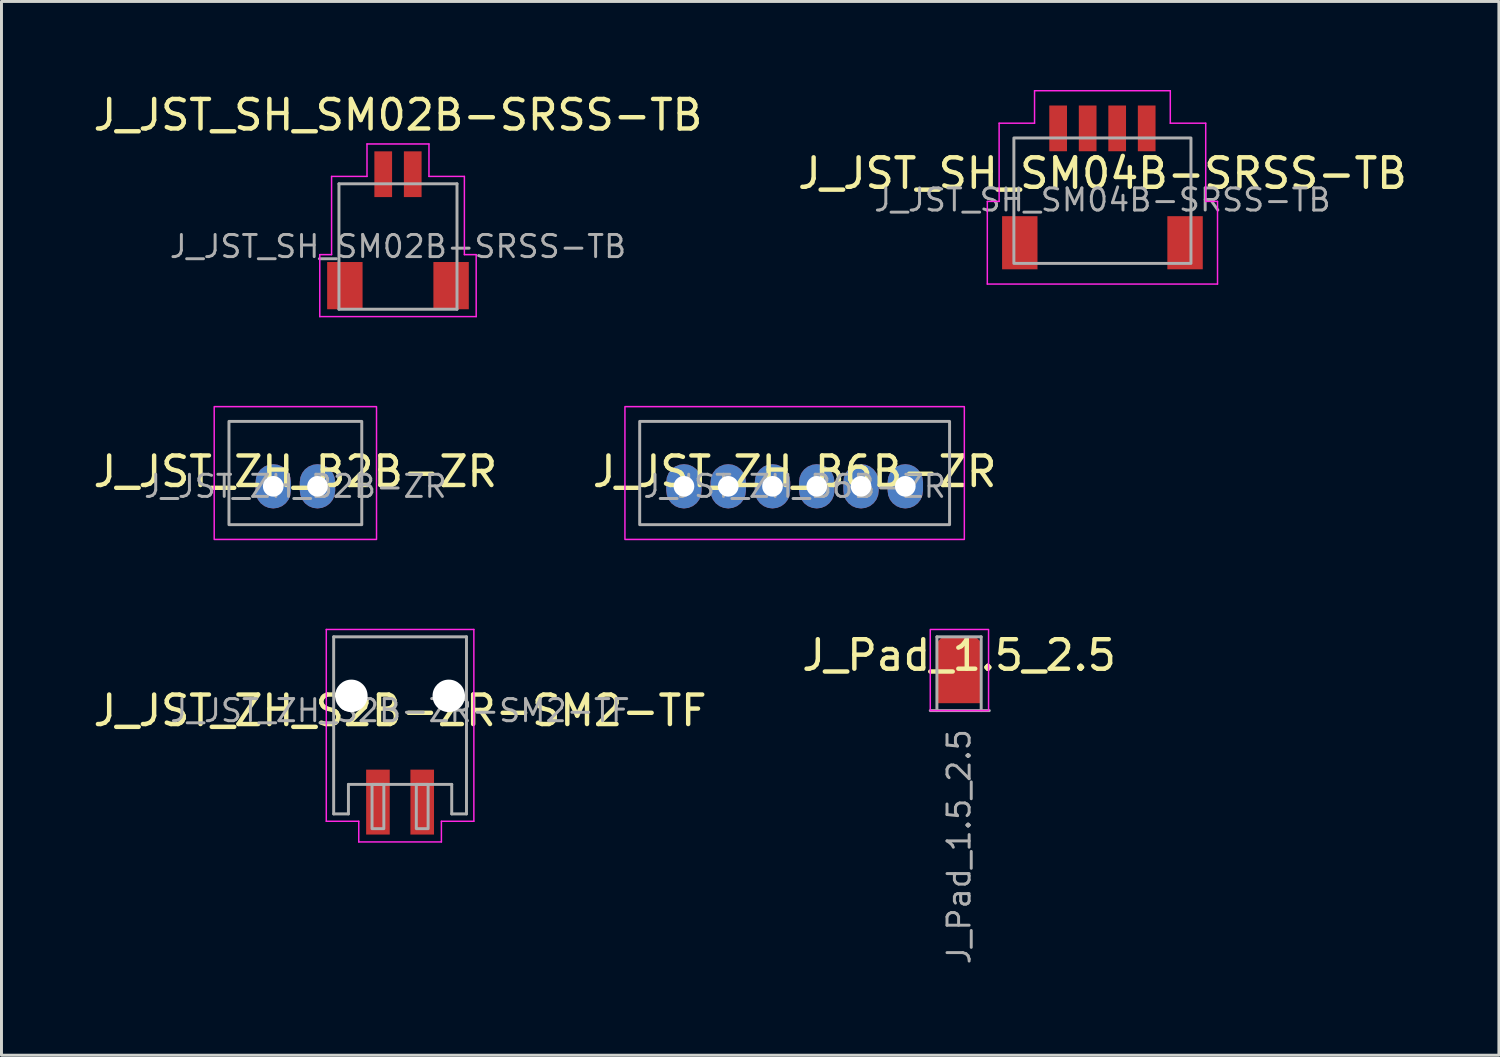
<source format=kicad_pcb>
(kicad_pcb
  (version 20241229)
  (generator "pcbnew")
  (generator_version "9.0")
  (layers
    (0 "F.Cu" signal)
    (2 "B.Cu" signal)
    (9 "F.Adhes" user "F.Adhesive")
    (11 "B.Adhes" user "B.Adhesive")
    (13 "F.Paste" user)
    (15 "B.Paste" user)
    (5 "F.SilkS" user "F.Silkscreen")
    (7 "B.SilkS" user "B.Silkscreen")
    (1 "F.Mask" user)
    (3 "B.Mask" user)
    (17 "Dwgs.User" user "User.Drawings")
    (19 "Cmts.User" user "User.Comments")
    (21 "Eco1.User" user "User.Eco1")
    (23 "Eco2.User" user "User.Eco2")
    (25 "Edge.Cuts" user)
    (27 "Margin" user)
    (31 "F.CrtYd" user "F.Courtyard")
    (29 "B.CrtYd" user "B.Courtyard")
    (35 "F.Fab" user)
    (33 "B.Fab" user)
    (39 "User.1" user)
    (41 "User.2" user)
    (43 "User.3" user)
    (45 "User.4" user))
  (footprint "J_JST_ZH_B2B-ZR"
    (layer "F.Cu")
    (at 6.958 13.428)
    (property "Reference" "J_JST_ZH_B2B-ZR" (at 0 -0.5 0) (unlocked yes) (layer "F.SilkS") (effects (font (size 1 1) (thickness 0.15))))
    (attr through_hole)
    (fp_rect (start 2.75 1.8) (end -2.75 -2.7) (stroke (width 0.05) (type default)) (fill no) (layer "F.CrtYd"))
    (fp_rect (start -2.25 1.3) (end 2.25 -2.2) (stroke (width 0.1) (type default)) (fill no) (layer "F.Fab"))
    (fp_text user "${REFERENCE}" (at 0 0 0) (layer "F.Fab") (effects (font (size 0.75 0.75) (thickness 0.1))))
    (pad "1" thru_hole roundrect (at 0.75 0) (size 1.2 1.5) (drill 0.7) (layers "*.Cu" "*.Mask") (roundrect_rratio 0.5))
    (pad "2" thru_hole roundrect (at -0.75 0) (size 1.2 1.5) (drill 0.7) (layers "*.Cu" "*.Mask") (roundrect_rratio 0.5)))
  (footprint "J_JST_ZH_S2B-ZR-SM2-TF"
    (layer "F.Cu")
    (at 10.506 21.528)
    (property "Reference" "J_JST_ZH_S2B-ZR-SM2-TF" (at 0 -0.5 0) (unlocked yes) (layer "F.SilkS") (effects (font (size 1 1) (thickness 0.15))))
    (attr smd)
    (fp_line (start -2.5 -3.25) (end -2.5 3.25) (stroke (width 0.05) (type default)) (layer "F.CrtYd"))
    (fp_line (start -2.5 3.25) (end -1.4 3.25) (stroke (width 0.05) (type default)) (layer "F.CrtYd"))
    (fp_line (start -1.4 3.25) (end -1.4 3.95) (stroke (width 0.05) (type default)) (layer "F.CrtYd"))
    (fp_line (start -1.4 3.95) (end 1.4 3.95) (stroke (width 0.05) (type default)) (layer "F.CrtYd"))
    (fp_line (start 1.4 3.25) (end 2.5 3.25) (stroke (width 0.05) (type default)) (layer "F.CrtYd"))
    (fp_line (start 1.4 3.95) (end 1.4 3.25) (stroke (width 0.05) (type default)) (layer "F.CrtYd"))
    (fp_line (start 2.5 -3.25) (end -2.5 -3.25) (stroke (width 0.05) (type default)) (layer "F.CrtYd"))
    (fp_line (start 2.5 3.25) (end 2.5 -3.25) (stroke (width 0.05) (type default)) (layer "F.CrtYd"))
    (fp_line (start -2.25 -3) (end -2.25 3) (stroke (width 0.1) (type default)) (layer "F.Fab"))
    (fp_line (start -2.25 -3) (end 2.25 -3) (stroke (width 0.1) (type default)) (layer "F.Fab"))
    (fp_line (start -2.25 3) (end -1.75 3) (stroke (width 0.1) (type default)) (layer "F.Fab"))
    (fp_line (start -1.75 2) (end 1.75 2) (stroke (width 0.1) (type default)) (layer "F.Fab"))
    (fp_line (start -1.75 3) (end -1.75 2) (stroke (width 0.1) (type default)) (layer "F.Fab"))
    (fp_line (start 1.75 3) (end 1.75 2) (stroke (width 0.1) (type default)) (layer "F.Fab"))
    (fp_line (start 2.25 -3) (end 2.25 3) (stroke (width 0.1) (type default)) (layer "F.Fab"))
    (fp_line (start 2.25 3) (end 1.75 3) (stroke (width 0.1) (type default)) (layer "F.Fab"))
    (fp_rect (start -0.55 2) (end -0.95 3.5) (stroke (width 0.1) (type default)) (fill no) (layer "F.Fab"))
    (fp_rect (start 0.95 2) (end 0.55 3.5) (stroke (width 0.1) (type default)) (fill no) (layer "F.Fab"))
    (fp_text user "${REFERENCE}" (at 0 -0.5 0) (layer "F.Fab") (effects (font (size 0.75 0.75) (thickness 0.1))))
    (pad "" np_thru_hole circle (at -1.65 -1 180) (size 1.1 1.1) (drill 1.1) (layers "*.Cu" "*.Mask"))
    (pad "" np_thru_hole circle (at 1.65 -1 180) (size 1.1 1.1) (drill 1.1) (layers "*.Cu" "*.Mask"))
    (pad "1" smd rect (at 0.75 2.6 180) (size 0.8 2.2) (layers "F.Cu" "F.Mask" "F.Paste"))
    (pad "2" smd rect (at -0.75 2.6 180) (size 0.8 2.2) (layers "F.Cu" "F.Mask" "F.Paste")))
  (footprint "J_JST_SH_SM04B-SRSS-TB"
    (layer "F.Cu")
    (at 34.304 3.325)
    (property "Reference" "J_JST_SH_SM04B-SRSS-TB" (at 0 -0.5 0) (unlocked yes) (layer "F.SilkS") (effects (font (size 1 1) (thickness 0.15))))
    (attr smd)
    (fp_line (start -3.9 0.45) (end -3.5 0.45) (stroke (width 0.05) (type default)) (layer "F.CrtYd"))
    (fp_line (start -3.9 3.25) (end -3.9 0.45) (stroke (width 0.05) (type default)) (layer "F.CrtYd"))
    (fp_line (start -3.5 -2.2) (end -2.3 -2.2) (stroke (width 0.05) (type default)) (layer "F.CrtYd"))
    (fp_line (start -3.5 0.45) (end -3.5 -2.2) (stroke (width 0.05) (type default)) (layer "F.CrtYd"))
    (fp_line (start -2.3 -3.3) (end 2.3 -3.3) (stroke (width 0.05) (type default)) (layer "F.CrtYd"))
    (fp_line (start -2.3 -2.2) (end -2.3 -3.3) (stroke (width 0.05) (type default)) (layer "F.CrtYd"))
    (fp_line (start 2.3 -3.3) (end 2.3 -2.2) (stroke (width 0.05) (type default)) (layer "F.CrtYd"))
    (fp_line (start 2.3 -2.2) (end 3.5 -2.2) (stroke (width 0.05) (type default)) (layer "F.CrtYd"))
    (fp_line (start 3.5 -2.2) (end 3.5 0.45) (stroke (width 0.05) (type default)) (layer "F.CrtYd"))
    (fp_line (start 3.5 0.45) (end 3.9 0.45) (stroke (width 0.05) (type default)) (layer "F.CrtYd"))
    (fp_line (start 3.9 0.45) (end 3.9 3.25) (stroke (width 0.05) (type default)) (layer "F.CrtYd"))
    (fp_line (start 3.9 3.25) (end -3.9 3.25) (stroke (width 0.05) (type default)) (layer "F.CrtYd"))
    (fp_rect (start -3 2.55) (end 3 -1.7) (stroke (width 0.1) (type default)) (fill no) (layer "F.Fab"))
    (fp_text user "${REFERENCE}" (at 0 0.4 0) (layer "F.Fab") (effects (font (size 0.75 0.75) (thickness 0.1))))
    (pad "1" smd rect (at -1.5 -2.025 90) (size 1.55 0.6) (layers "F.Cu" "F.Mask" "F.Paste"))
    (pad "2" smd rect (at -0.5 -2.025 90) (size 1.55 0.6) (layers "F.Cu" "F.Mask" "F.Paste"))
    (pad "3" smd rect (at 0.5 -2.025 90) (size 1.55 0.6) (layers "F.Cu" "F.Mask" "F.Paste"))
    (pad "4" smd rect (at 1.5 -2.025 90) (size 1.55 0.6) (layers "F.Cu" "F.Mask" "F.Paste"))
    (pad "MP" smd rect (at -2.8 1.85 90) (size 1.8 1.2) (layers "F.Cu" "F.Mask" "F.Paste"))
    (pad "MP" smd rect (at 2.8 1.85 90) (size 1.8 1.2) (layers "F.Cu" "F.Mask" "F.Paste")))
  (footprint "J_JST_SH_SM02B-SRSS-TB"
    (layer "F.Cu")
    (at 10.435 4.828)
    (property "Reference" "J_JST_SH_SM02B-SRSS-TB" (at 0 -3.98 0) (layer "F.SilkS") (effects (font (size 1 1) (thickness 0.15))))
    (attr smd)
    (fp_line (start -2.65 0.75) (end -2.65 2.85) (stroke (width 0.05) (type default)) (layer "F.CrtYd"))
    (fp_line (start -2.65 2.85) (end 2.65 2.85) (stroke (width 0.05) (type default)) (layer "F.CrtYd"))
    (fp_line (start -2.25 -1.9) (end -2.25 0.75) (stroke (width 0.05) (type default)) (layer "F.CrtYd"))
    (fp_line (start -2.25 0.75) (end -2.65 0.75) (stroke (width 0.05) (type default)) (layer "F.CrtYd"))
    (fp_line (start -1.05 -3) (end -1.05 -1.9) (stroke (width 0.05) (type default)) (layer "F.CrtYd"))
    (fp_line (start -1.05 -1.9) (end -2.25 -1.9) (stroke (width 0.05) (type default)) (layer "F.CrtYd"))
    (fp_line (start 1.05 -3) (end -1.05 -3) (stroke (width 0.05) (type default)) (layer "F.CrtYd"))
    (fp_line (start 1.05 -1.9) (end 1.05 -3) (stroke (width 0.05) (type default)) (layer "F.CrtYd"))
    (fp_line (start 2.25 -1.9) (end 1.05 -1.9) (stroke (width 0.05) (type default)) (layer "F.CrtYd"))
    (fp_line (start 2.25 0.75) (end 2.25 -1.9) (stroke (width 0.05) (type default)) (layer "F.CrtYd"))
    (fp_line (start 2.65 0.75) (end 2.25 0.75) (stroke (width 0.05) (type default)) (layer "F.CrtYd"))
    (fp_line (start 2.65 2.85) (end 2.65 0.75) (stroke (width 0.05) (type default)) (layer "F.CrtYd"))
    (fp_line (start -2 -1.65) (end -2 2.6) (stroke (width 0.1) (type solid)) (layer "F.Fab"))
    (fp_line (start -2 -1.65) (end 2 -1.65) (stroke (width 0.1) (type solid)) (layer "F.Fab"))
    (fp_line (start -2 2.6) (end 2 2.6) (stroke (width 0.1) (type solid)) (layer "F.Fab"))
    (fp_line (start 2 -1.65) (end 2 2.6) (stroke (width 0.1) (type solid)) (layer "F.Fab"))
    (fp_text user "${REFERENCE}" (at 0 0.475 0) (layer "F.Fab") (effects (font (size 0.75 0.75) (thickness 0.1))))
    (pad "1" smd rect (at -0.5 -1.975) (size 0.6 1.55) (layers "F.Cu" "F.Mask" "F.Paste"))
    (pad "2" smd rect (at 0.5 -1.975) (size 0.6 1.55) (layers "F.Cu" "F.Mask" "F.Paste"))
    (pad "MP" smd rect (at -1.8 1.8) (size 1.2 1.6) (layers "F.Cu" "F.Mask" "F.Paste"))
    (pad "MP" smd rect (at 1.8 1.8) (size 1.2 1.6) (layers "F.Cu" "F.Mask" "F.Paste")))
  (footprint "J_JST_ZH_B6B-ZR"
    (layer "F.Cu")
    (at 23.875 13.428)
    (property "Reference" "J_JST_ZH_B6B-ZR" (at 0 -0.5 0) (unlocked yes) (layer "F.SilkS") (effects (font (size 1 1) (thickness 0.15))))
    (attr through_hole)
    (fp_rect (start -5.75 -2.7) (end 5.75 1.8) (stroke (width 0.05) (type default)) (fill no) (layer "F.CrtYd"))
    (fp_rect (start -5.25 1.3) (end 5.25 -2.2) (stroke (width 0.1) (type default)) (fill no) (layer "F.Fab"))
    (fp_text user "${REFERENCE}" (at 0 0 0) (layer "F.Fab") (effects (font (size 0.75 0.75) (thickness 0.1))))
    (pad "1" thru_hole roundrect (at 3.75 0) (size 1.2 1.5) (drill 0.7) (layers "*.Cu" "*.Mask") (roundrect_rratio 0.5))
    (pad "2" thru_hole roundrect (at 2.25 0) (size 1.2 1.5) (drill 0.7) (layers "*.Cu" "*.Mask") (roundrect_rratio 0.5))
    (pad "3" thru_hole roundrect (at 0.75 0) (size 1.2 1.5) (drill 0.7) (layers "*.Cu" "*.Mask") (roundrect_rratio 0.5))
    (pad "4" thru_hole roundrect (at -0.75 0) (size 1.2 1.5) (drill 0.7) (layers "*.Cu" "*.Mask") (roundrect_rratio 0.5))
    (pad "5" thru_hole roundrect (at -2.25 0) (size 1.2 1.5) (drill 0.7) (layers "*.Cu" "*.Mask") (roundrect_rratio 0.5))
    (pad "6" thru_hole roundrect (at -3.75 0) (size 1.2 1.5) (drill 0.7) (layers "*.Cu" "*.Mask") (roundrect_rratio 0.5)))
  (footprint "J_Pad_1.5_2.5"
    (layer "F.Cu")
    (at 29.446 19.653)
    (property "Reference" "J_Pad_1.5_2.5" (at 0 -0.5 0) (unlocked yes) (layer "F.SilkS") (effects (font (size 1 1) (thickness 0.15))))
    (attr smd exclude_from_pos_files exclude_from_bom)
    (fp_rect (start -0.975 -1.375) (end 1 1.375) (stroke (width 0.05) (type default)) (fill no) (layer "F.CrtYd"))
    (fp_line (start -0.975 1.375) (end 1.025 1.375) (stroke (width 0.1) (type default)) (layer "F.Fab"))
    (fp_line (start -0.75 -1.125) (end -0.75 1.375) (stroke (width 0.1) (type default)) (layer "F.Fab"))
    (fp_line (start 0.75 -1.125) (end -0.75 -1.125) (stroke (width 0.1) (type default)) (layer "F.Fab"))
    (fp_line (start 0.75 1.375) (end 0.75 -1.125) (stroke (width 0.1) (type default)) (layer "F.Fab"))
    (fp_text user "${REFERENCE}" (at 0 1.938 90) (layer "F.Fab") (effects (font (size 0.75 0.75) (thickness 0.1)) (justify right)))
    (pad "1" smd roundrect (at 0 0 90) (size 2.25 1.5) (layers "F.Cu" "F.Mask") (roundrect_rratio 0.2) (chamfer_ratio 0) (chamfer top_left bottom_left)))
  (gr_rect
    (start -3 -3)
    (end 47.738 32.705)
    (stroke (width 0.1) (type default))
    (fill no)
    (layer "Edge.Cuts")))
</source>
